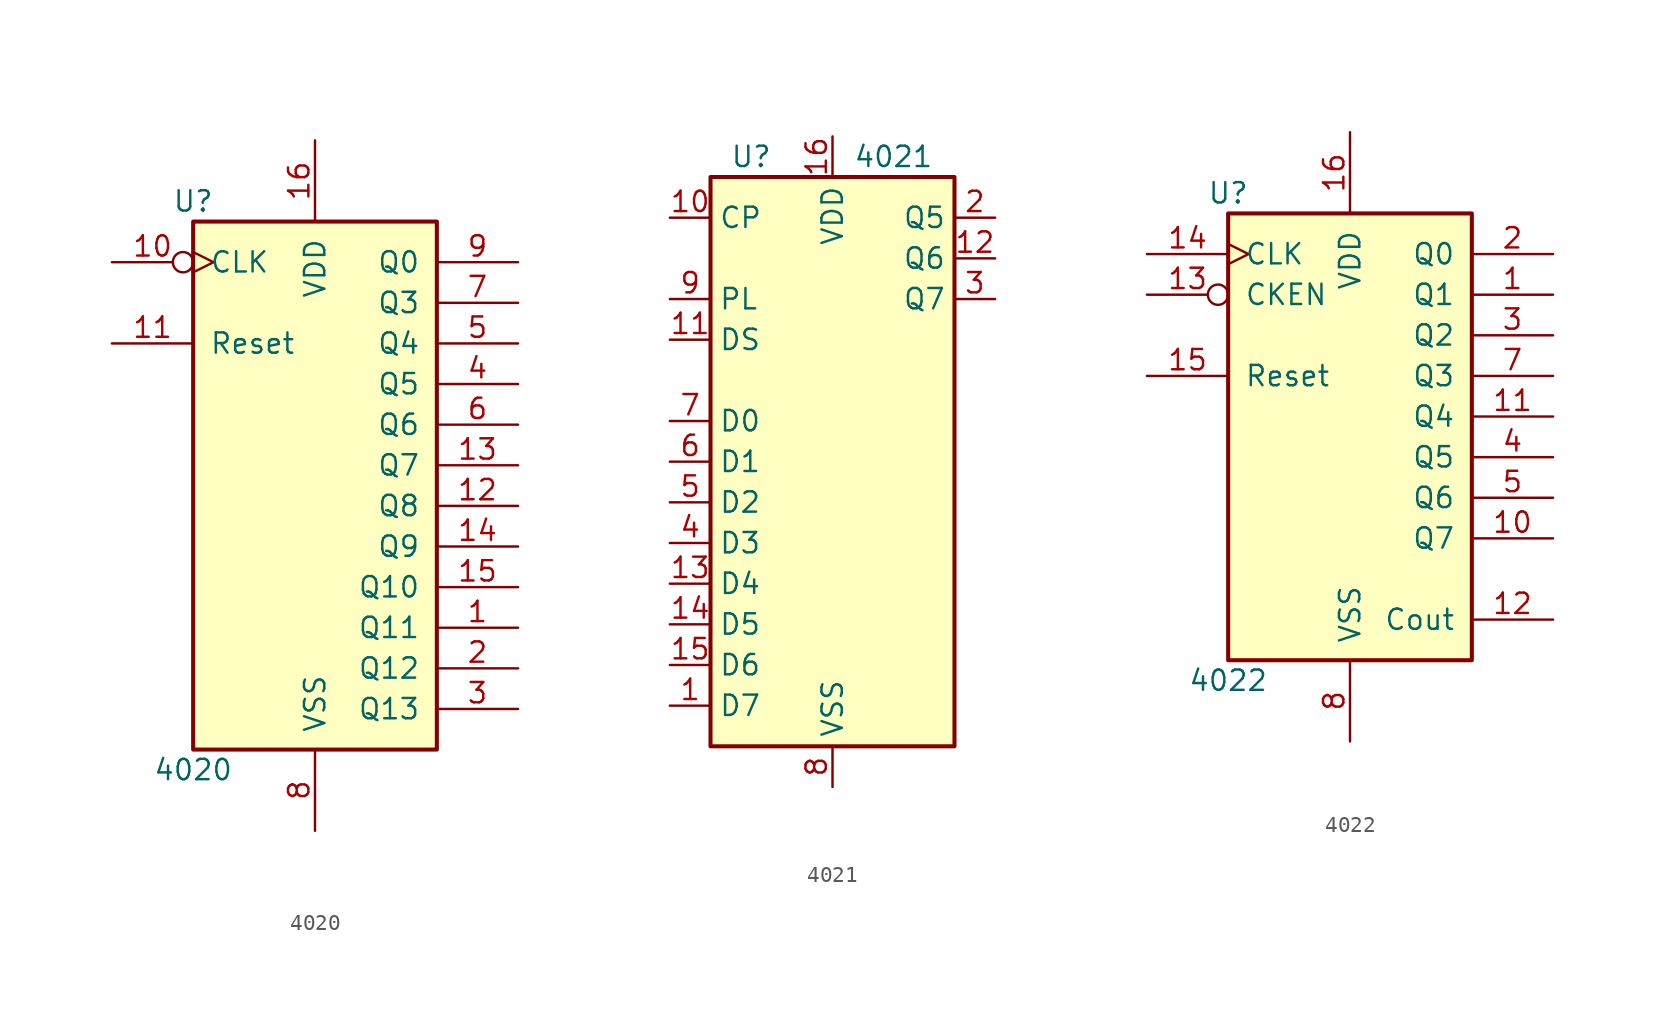
<source format=kicad_sym>
(kicad_symbol_lib
  (version 20201005)
  (generator kicad_symbol_editor)
  (symbol "4xxx:4020"
    (pin_names
      (offset 1.016))
    (property "Reference" "U"
      (at -7.62 16.51 0)
      (effects (font (size 1.27 1.27))))
    (property "Value" "4020"
      (at -7.62 -19.05 0)
      (effects (font (size 1.27 1.27))))
    (property "ki_locked" ""
      (at 0 0 0)
      (effects (font (size 1.27 1.27))))
    (symbol "4020_1_0"
      (pin output line (at 12.7 -10.16 180) (length 5.08) (name "Q11" (effects (font (size 1.27 1.27)))) (number "1" (effects (font (size 1.27 1.27)))))
      (pin input inverted_clock (at -12.7 12.7 0) (length 5.08) (name "CLK" (effects (font (size 1.27 1.27)))) (number "10" (effects (font (size 1.27 1.27)))))
      (pin input line (at -12.7 7.62 0) (length 5.08) (name "Reset" (effects (font (size 1.27 1.27)))) (number "11" (effects (font (size 1.27 1.27)))))
      (pin output line (at 12.7 -2.54 180) (length 5.08) (name "Q8" (effects (font (size 1.27 1.27)))) (number "12" (effects (font (size 1.27 1.27)))))
      (pin output line (at 12.7 0 180) (length 5.08) (name "Q7" (effects (font (size 1.27 1.27)))) (number "13" (effects (font (size 1.27 1.27)))))
      (pin output line (at 12.7 -5.08 180) (length 5.08) (name "Q9" (effects (font (size 1.27 1.27)))) (number "14" (effects (font (size 1.27 1.27)))))
      (pin output line (at 12.7 -7.62 180) (length 5.08) (name "Q10" (effects (font (size 1.27 1.27)))) (number "15" (effects (font (size 1.27 1.27)))))
      (pin power_in line (at 0 20.32 270) (length 5.08) (name "VDD" (effects (font (size 1.27 1.27)))) (number "16" (effects (font (size 1.27 1.27)))))
      (pin output line (at 12.7 -12.7 180) (length 5.08) (name "Q12" (effects (font (size 1.27 1.27)))) (number "2" (effects (font (size 1.27 1.27)))))
      (pin output line (at 12.7 -15.24 180) (length 5.08) (name "Q13" (effects (font (size 1.27 1.27)))) (number "3" (effects (font (size 1.27 1.27)))))
      (pin output line (at 12.7 5.08 180) (length 5.08) (name "Q5" (effects (font (size 1.27 1.27)))) (number "4" (effects (font (size 1.27 1.27)))))
      (pin output line (at 12.7 7.62 180) (length 5.08) (name "Q4" (effects (font (size 1.27 1.27)))) (number "5" (effects (font (size 1.27 1.27)))))
      (pin output line (at 12.7 2.54 180) (length 5.08) (name "Q6" (effects (font (size 1.27 1.27)))) (number "6" (effects (font (size 1.27 1.27)))))
      (pin output line (at 12.7 10.16 180) (length 5.08) (name "Q3" (effects (font (size 1.27 1.27)))) (number "7" (effects (font (size 1.27 1.27)))))
      (pin power_in line (at 0 -22.86 90) (length 5.08) (name "VSS" (effects (font (size 1.27 1.27)))) (number "8" (effects (font (size 1.27 1.27)))))
      (pin output line (at 12.7 12.7 180) (length 5.08) (name "Q0" (effects (font (size 1.27 1.27)))) (number "9" (effects (font (size 1.27 1.27))))))
    (symbol "4020_1_1"
      (rectangle (start -7.62 15.24) (end 7.62 -17.78) (stroke (width 0.254)) (fill (type background)))))
  (symbol "4xxx:4021"
    (property "Reference" "U"
      (at -5.08 19.05 0)
      (effects (font (size 1.27 1.27))))
    (property "Value" "4021"
      (at 3.81 19.05 0)
      (effects (font (size 1.27 1.27))))
    (symbol "4021_0_1"
      (rectangle (start -7.62 17.78) (end 7.62 -17.78) (stroke (width 0.254)) (fill (type background))))
    (symbol "4021_1_1"
      (pin input line (at -10.16 -15.24 0) (length 2.54) (name "D7" (effects (font (size 1.27 1.27)))) (number "1" (effects (font (size 1.27 1.27)))))
      (pin input line (at -10.16 15.24 0) (length 2.54) (name "CP" (effects (font (size 1.27 1.27)))) (number "10" (effects (font (size 1.27 1.27)))))
      (pin input line (at -10.16 7.62 0) (length 2.54) (name "DS" (effects (font (size 1.27 1.27)))) (number "11" (effects (font (size 1.27 1.27)))))
      (pin output line (at 10.16 12.7 180) (length 2.54) (name "Q6" (effects (font (size 1.27 1.27)))) (number "12" (effects (font (size 1.27 1.27)))))
      (pin input line (at -10.16 -7.62 0) (length 2.54) (name "D4" (effects (font (size 1.27 1.27)))) (number "13" (effects (font (size 1.27 1.27)))))
      (pin input line (at -10.16 -10.16 0) (length 2.54) (name "D5" (effects (font (size 1.27 1.27)))) (number "14" (effects (font (size 1.27 1.27)))))
      (pin input line (at -10.16 -12.7 0) (length 2.54) (name "D6" (effects (font (size 1.27 1.27)))) (number "15" (effects (font (size 1.27 1.27)))))
      (pin power_in line (at 0 20.32 270) (length 2.54) (name "VDD" (effects (font (size 1.27 1.27)))) (number "16" (effects (font (size 1.27 1.27)))))
      (pin output line (at 10.16 15.24 180) (length 2.54) (name "Q5" (effects (font (size 1.27 1.27)))) (number "2" (effects (font (size 1.27 1.27)))))
      (pin output line (at 10.16 10.16 180) (length 2.54) (name "Q7" (effects (font (size 1.27 1.27)))) (number "3" (effects (font (size 1.27 1.27)))))
      (pin input line (at -10.16 -5.08 0) (length 2.54) (name "D3" (effects (font (size 1.27 1.27)))) (number "4" (effects (font (size 1.27 1.27)))))
      (pin input line (at -10.16 -2.54 0) (length 2.54) (name "D2" (effects (font (size 1.27 1.27)))) (number "5" (effects (font (size 1.27 1.27)))))
      (pin input line (at -10.16 0 0) (length 2.54) (name "D1" (effects (font (size 1.27 1.27)))) (number "6" (effects (font (size 1.27 1.27)))))
      (pin input line (at -10.16 2.54 0) (length 2.54) (name "D0" (effects (font (size 1.27 1.27)))) (number "7" (effects (font (size 1.27 1.27)))))
      (pin power_in line (at 0 -20.32 90) (length 2.54) (name "VSS" (effects (font (size 1.27 1.27)))) (number "8" (effects (font (size 1.27 1.27)))))
      (pin input line (at -10.16 10.16 0) (length 2.54) (name "PL" (effects (font (size 1.27 1.27)))) (number "9" (effects (font (size 1.27 1.27)))))))
  (symbol "4xxx:4022"
    (pin_names
      (offset 1.016))
    (property "Reference" "U"
      (at -7.62 13.97 0)
      (effects (font (size 1.27 1.27))))
    (property "Value" "4022"
      (at -7.62 -16.51 0)
      (effects (font (size 1.27 1.27))))
    (property "ki_locked" ""
      (at 0 0 0)
      (effects (font (size 1.27 1.27))))
    (symbol "4022_1_0"
      (pin output line (at 12.7 7.62 180) (length 5.08) (name "Q1" (effects (font (size 1.27 1.27)))) (number "1" (effects (font (size 1.27 1.27)))))
      (pin output line (at 12.7 -7.62 180) (length 5.08) (name "Q7" (effects (font (size 1.27 1.27)))) (number "10" (effects (font (size 1.27 1.27)))))
      (pin output line (at 12.7 0 180) (length 5.08) (name "Q4" (effects (font (size 1.27 1.27)))) (number "11" (effects (font (size 1.27 1.27)))))
      (pin output line (at 12.7 -12.7 180) (length 5.08) (name "Cout" (effects (font (size 1.27 1.27)))) (number "12" (effects (font (size 1.27 1.27)))))
      (pin input inverted (at -12.7 7.62 0) (length 5.08) (name "CKEN" (effects (font (size 1.27 1.27)))) (number "13" (effects (font (size 1.27 1.27)))))
      (pin input clock (at -12.7 10.16 0) (length 5.08) (name "CLK" (effects (font (size 1.27 1.27)))) (number "14" (effects (font (size 1.27 1.27)))))
      (pin input line (at -12.7 2.54 0) (length 5.08) (name "Reset" (effects (font (size 1.27 1.27)))) (number "15" (effects (font (size 1.27 1.27)))))
      (pin power_in line (at 0 17.78 270) (length 5.08) (name "VDD" (effects (font (size 1.27 1.27)))) (number "16" (effects (font (size 1.27 1.27)))))
      (pin output line (at 12.7 10.16 180) (length 5.08) (name "Q0" (effects (font (size 1.27 1.27)))) (number "2" (effects (font (size 1.27 1.27)))))
      (pin output line (at 12.7 5.08 180) (length 5.08) (name "Q2" (effects (font (size 1.27 1.27)))) (number "3" (effects (font (size 1.27 1.27)))))
      (pin output line (at 12.7 -2.54 180) (length 5.08) (name "Q5" (effects (font (size 1.27 1.27)))) (number "4" (effects (font (size 1.27 1.27)))))
      (pin output line (at 12.7 -5.08 180) (length 5.08) (name "Q6" (effects (font (size 1.27 1.27)))) (number "5" (effects (font (size 1.27 1.27)))))
      (pin output line (at 12.7 2.54 180) (length 5.08) (name "Q3" (effects (font (size 1.27 1.27)))) (number "7" (effects (font (size 1.27 1.27)))))
      (pin power_in line (at 0 -20.32 90) (length 5.08) (name "VSS" (effects (font (size 1.27 1.27)))) (number "8" (effects (font (size 1.27 1.27))))))
    (symbol "4022_1_1"
      (rectangle (start -7.62 12.7) (end 7.62 -15.24) (stroke (width 0.254)) (fill (type background))))))
</source>
